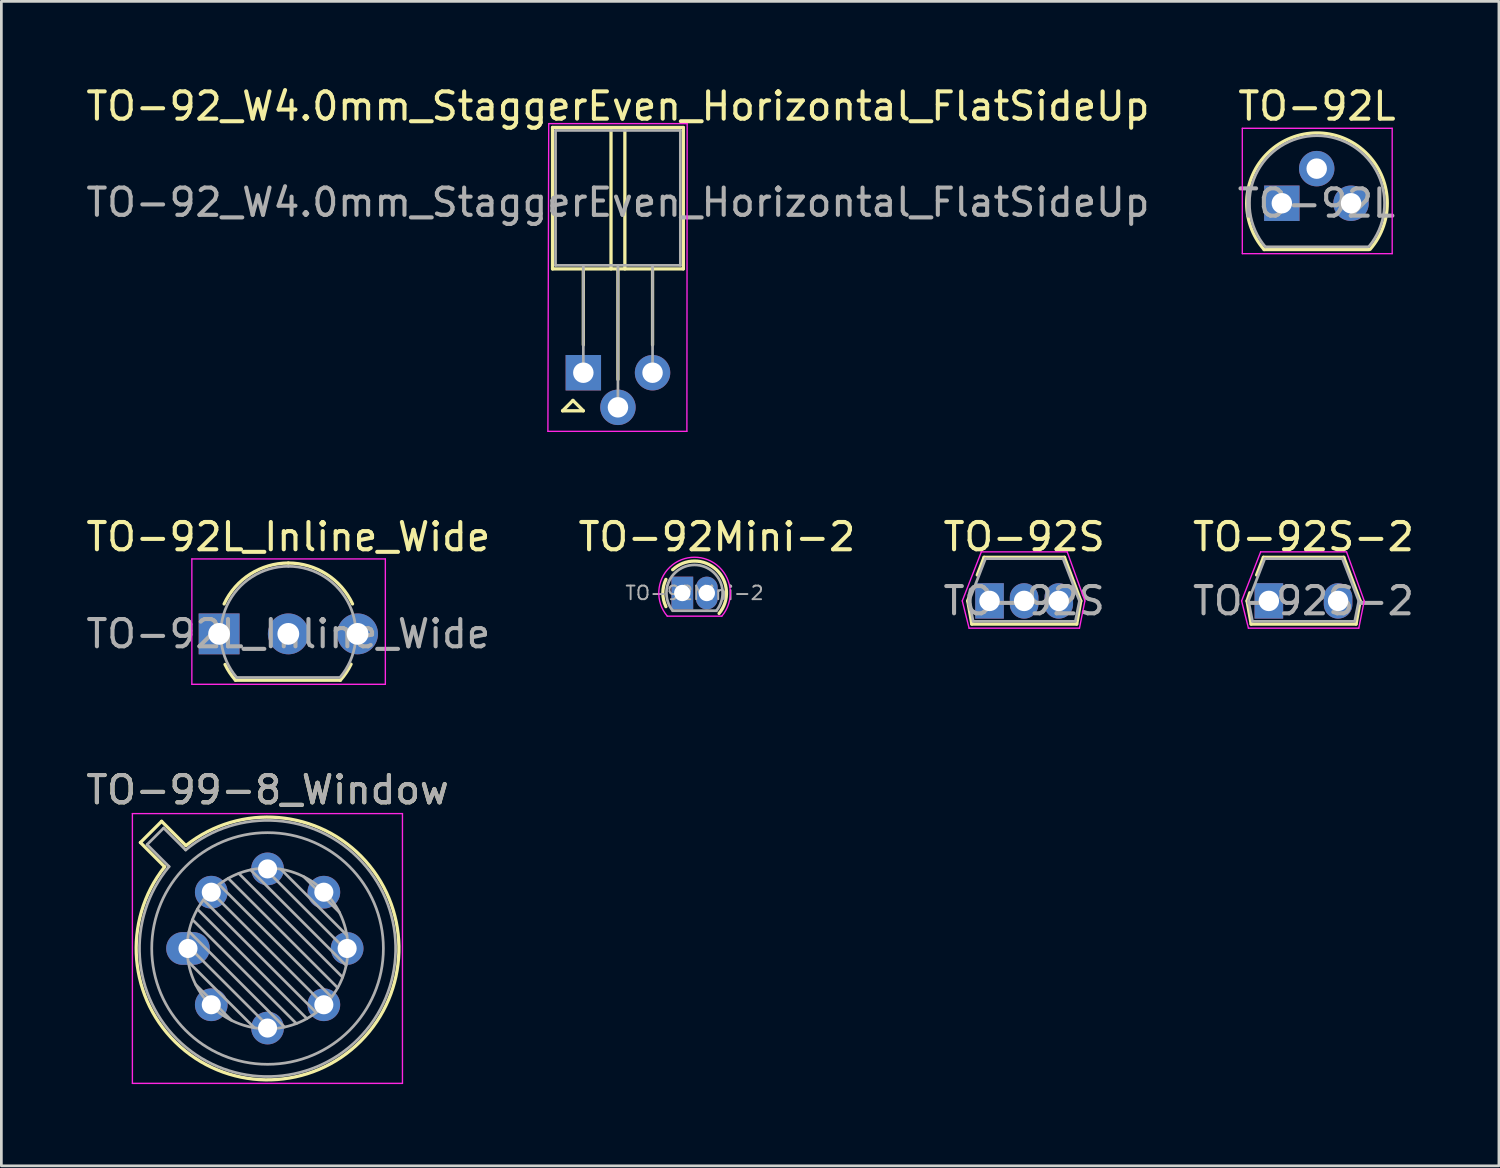
<source format=kicad_pcb>
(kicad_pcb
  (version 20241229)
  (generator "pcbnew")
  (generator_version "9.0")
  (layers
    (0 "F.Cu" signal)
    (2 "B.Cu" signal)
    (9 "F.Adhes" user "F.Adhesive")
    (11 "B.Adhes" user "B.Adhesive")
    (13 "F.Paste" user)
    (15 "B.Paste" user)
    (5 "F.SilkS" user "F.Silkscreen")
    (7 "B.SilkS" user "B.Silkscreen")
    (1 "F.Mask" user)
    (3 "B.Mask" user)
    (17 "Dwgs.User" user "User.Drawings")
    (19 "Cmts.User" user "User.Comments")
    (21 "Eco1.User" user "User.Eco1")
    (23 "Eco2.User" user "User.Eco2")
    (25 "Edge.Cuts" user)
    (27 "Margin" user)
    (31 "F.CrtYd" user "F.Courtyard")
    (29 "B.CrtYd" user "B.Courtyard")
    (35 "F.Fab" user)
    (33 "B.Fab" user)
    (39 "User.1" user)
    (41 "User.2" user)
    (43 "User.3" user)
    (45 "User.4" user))
  (footprint "TO-92L_Inline_Wide"
    (layer "F.Cu")
    (at 4.99 20.21)
    (property "Reference" "TO-92L_Inline_Wide" (at 2.54 -3.56 0) (layer "F.SilkS") (effects (font (size 1 1) (thickness 0.15))))
    (attr through_hole)
    (fp_line (start 0.6 1.7) (end 4.45 1.7) (stroke (width 0.12) (type solid)) (layer "F.SilkS"))
    (fp_arc (start 0.1836 -1.098807) (mid 1.143021 -2.192817) (end 2.54 -2.6) (stroke (width 0.12) (type solid)) (layer "F.SilkS"))
    (fp_arc (start 0.6 1.7) (mid 0.389183 1.423933) (end 0.217369 1.122045) (stroke (width 0.12) (type solid)) (layer "F.SilkS"))
    (fp_arc (start 2.54 -2.6) (mid 3.936979 -2.192818) (end 4.8964 -1.098807) (stroke (width 0.12) (type solid)) (layer "F.SilkS"))
    (fp_arc (start 4.842383 1.112264) (mid 4.666594 1.419753) (end 4.45 1.7) (stroke (width 0.12) (type solid)) (layer "F.SilkS"))
    (fp_line (start -1 -2.75) (end -1 1.85) (stroke (width 0.05) (type solid)) (layer "F.CrtYd"))
    (fp_line (start -1 -2.75) (end 6.1 -2.75) (stroke (width 0.05) (type solid)) (layer "F.CrtYd"))
    (fp_line (start 6.1 1.85) (end -1 1.85) (stroke (width 0.05) (type solid)) (layer "F.CrtYd"))
    (fp_line (start 6.1 1.85) (end 6.1 -2.75) (stroke (width 0.05) (type solid)) (layer "F.CrtYd"))
    (fp_line (start 0.65 1.6) (end 4.4 1.6) (stroke (width 0.1) (type solid)) (layer "F.Fab"))
    (fp_arc (start 0.647182 1.602385) (mid 0.290076 -1.043188) (end 2.54 -2.48) (stroke (width 0.1) (type solid)) (layer "F.Fab"))
    (fp_arc (start 2.54 -2.48) (mid 4.787211 -1.049019) (end 4.441103 1.592547) (stroke (width 0.1) (type solid)) (layer "F.Fab"))
    (fp_text user "${REFERENCE}" (at 2.54 0 0) (layer "F.Fab") (effects (font (size 1 1) (thickness 0.15))))
    (pad "1" thru_hole rect (at 0 0) (size 1.5 1.5) (drill 0.8) (layers "*.Cu" "*.Mask"))
    (pad "2" thru_hole circle (at 2.54 0) (size 1.5 1.5) (drill 0.8) (layers "*.Cu" "*.Mask"))
    (pad "3" thru_hole circle (at 5.08 0) (size 1.5 1.5) (drill 0.8) (layers "*.Cu" "*.Mask")))
  (footprint "TO-92S"
    (layer "F.Cu")
    (at 33.26 19)
    (property "Reference" "TO-92S" (at 1.27 -2.35 0) (layer "F.SilkS") (effects (font (size 1 1) (thickness 0.15))))
    (attr through_hole)
    (fp_line (start -0.8 0) (end -0.65 0.85) (stroke (width 0.12) (type solid)) (layer "F.SilkS"))
    (fp_line (start -0.7 -0.3) (end -0.8 0) (stroke (width 0.12) (type solid)) (layer "F.SilkS"))
    (fp_line (start -0.65 0.85) (end 3.2 0.85) (stroke (width 0.12) (type solid)) (layer "F.SilkS"))
    (fp_line (start -0.2 -1.6) (end -0.45 -0.95) (stroke (width 0.12) (type solid)) (layer "F.SilkS"))
    (fp_line (start 2.75 -1.6) (end -0.2 -1.6) (stroke (width 0.12) (type solid)) (layer "F.SilkS"))
    (fp_line (start 3.2 0.85) (end 3.35 0) (stroke (width 0.12) (type solid)) (layer "F.SilkS"))
    (fp_line (start 3.35 0) (end 2.75 -1.6) (stroke (width 0.12) (type solid)) (layer "F.SilkS"))
    (fp_line (start -1 0) (end -0.75 1) (stroke (width 0.05) (type solid)) (layer "F.CrtYd"))
    (fp_line (start -0.75 1) (end 3.3 1) (stroke (width 0.05) (type solid)) (layer "F.CrtYd"))
    (fp_line (start -0.3 -1.8) (end -1 0) (stroke (width 0.05) (type solid)) (layer "F.CrtYd"))
    (fp_line (start 2.85 -1.8) (end -0.3 -1.8) (stroke (width 0.05) (type solid)) (layer "F.CrtYd"))
    (fp_line (start 3.3 1) (end 3.5 0) (stroke (width 0.05) (type solid)) (layer "F.CrtYd"))
    (fp_line (start 3.5 0) (end 2.85 -1.8) (stroke (width 0.05) (type solid)) (layer "F.CrtYd"))
    (fp_line (start -0.75 0) (end -0.15 -1.55) (stroke (width 0.1) (type solid)) (layer "F.Fab"))
    (fp_line (start -0.6 0.75) (end -0.75 0) (stroke (width 0.1) (type solid)) (layer "F.Fab"))
    (fp_line (start -0.6 0.75) (end 3.15 0.75) (stroke (width 0.1) (type solid)) (layer "F.Fab"))
    (fp_line (start -0.15 -1.55) (end 2.7 -1.55) (stroke (width 0.1) (type solid)) (layer "F.Fab"))
    (fp_line (start 3.15 0.75) (end 3.3 0) (stroke (width 0.1) (type solid)) (layer "F.Fab"))
    (fp_line (start 3.3 0) (end 2.7 -1.55) (stroke (width 0.1) (type solid)) (layer "F.Fab"))
    (fp_text user "${REFERENCE}" (at 1.27 0 0) (layer "F.Fab") (effects (font (size 1 1) (thickness 0.15))))
    (pad "1" thru_hole rect (at 0 0) (size 1.05 1.3) (drill 0.75) (layers "*.Cu" "*.Mask"))
    (pad "2" thru_hole oval (at 1.27 0) (size 1.05 1.3) (drill 0.75) (layers "*.Cu" "*.Mask"))
    (pad "3" thru_hole oval (at 2.54 0) (size 1.05 1.3) (drill 0.75) (layers "*.Cu" "*.Mask")))
  (footprint "TO-92Mini-2"
    (layer "F.Cu")
    (at 21.986 18.71)
    (property "Reference" "TO-92Mini-2" (at 1.27 -2.06 0) (layer "F.SilkS") (effects (font (size 1 1) (thickness 0.15))))
    (attr through_hole)
    (fp_arc (start -0.599971 0.500061) (mid -0.71297 0.000034) (end -0.6 -0.5) (stroke (width 0.12) (type solid)) (layer "F.SilkS"))
    (fp_arc (start -0.352932 -0.853112) (mid 1.253024 -0.853025) (end 1.35 0.75) (stroke (width 0.12) (type solid)) (layer "F.SilkS"))
    (fp_line (start -0.55 0.85) (end 1.45 0.85) (stroke (width 0.05) (type solid)) (layer "F.CrtYd"))
    (fp_arc (start -0.550431 0.849492) (mid 0.450333 -1.31244) (end 1.45 0.85) (stroke (width 0.05) (type solid)) (layer "F.CrtYd"))
    (fp_line (start -0.35 0.65) (end 1.25 0.65) (stroke (width 0.1) (type solid)) (layer "F.Fab"))
    (fp_arc (start -0.349861 0.650171) (mid 0.44989 -1.030776) (end 1.25 0.65) (stroke (width 0.1) (type solid)) (layer "F.Fab"))
    (fp_text user "${REFERENCE}" (at 0.45 0 0) (layer "F.Fab") (effects (font (size 0.5 0.5) (thickness 0.07))))
    (pad "1" thru_hole rect (at 0 0) (size 0.8 1.2) (drill 0.6) (layers "*.Cu" "*.Mask"))
    (pad "2" thru_hole oval (at 0.9 0) (size 0.8 1.2) (drill 0.6) (layers "*.Cu" "*.Mask")))
  (footprint "TO-92S-2"
    (layer "F.Cu")
    (at 43.51 19)
    (property "Reference" "TO-92S-2" (at 1.27 -2.35 0) (layer "F.SilkS") (effects (font (size 1 1) (thickness 0.15))))
    (attr through_hole)
    (fp_line (start -0.8 0) (end -0.65 0.85) (stroke (width 0.12) (type solid)) (layer "F.SilkS"))
    (fp_line (start -0.7 -0.3) (end -0.8 0) (stroke (width 0.12) (type solid)) (layer "F.SilkS"))
    (fp_line (start -0.65 0.85) (end 3.2 0.85) (stroke (width 0.12) (type solid)) (layer "F.SilkS"))
    (fp_line (start -0.2 -1.6) (end -0.45 -0.95) (stroke (width 0.12) (type solid)) (layer "F.SilkS"))
    (fp_line (start 2.75 -1.6) (end -0.2 -1.6) (stroke (width 0.12) (type solid)) (layer "F.SilkS"))
    (fp_line (start 3.2 0.85) (end 3.35 0) (stroke (width 0.12) (type solid)) (layer "F.SilkS"))
    (fp_line (start 3.35 0) (end 2.75 -1.6) (stroke (width 0.12) (type solid)) (layer "F.SilkS"))
    (fp_line (start -1 0) (end -0.75 1) (stroke (width 0.05) (type solid)) (layer "F.CrtYd"))
    (fp_line (start -0.75 1) (end 3.3 1) (stroke (width 0.05) (type solid)) (layer "F.CrtYd"))
    (fp_line (start -0.3 -1.8) (end -1 0) (stroke (width 0.05) (type solid)) (layer "F.CrtYd"))
    (fp_line (start 2.85 -1.8) (end -0.3 -1.8) (stroke (width 0.05) (type solid)) (layer "F.CrtYd"))
    (fp_line (start 3.3 1) (end 3.5 0) (stroke (width 0.05) (type solid)) (layer "F.CrtYd"))
    (fp_line (start 3.5 0) (end 2.85 -1.8) (stroke (width 0.05) (type solid)) (layer "F.CrtYd"))
    (fp_line (start -0.75 0) (end -0.15 -1.55) (stroke (width 0.1) (type solid)) (layer "F.Fab"))
    (fp_line (start -0.6 0.75) (end -0.75 0) (stroke (width 0.1) (type solid)) (layer "F.Fab"))
    (fp_line (start -0.6 0.75) (end 3.15 0.75) (stroke (width 0.1) (type solid)) (layer "F.Fab"))
    (fp_line (start -0.15 -1.55) (end 2.7 -1.55) (stroke (width 0.1) (type solid)) (layer "F.Fab"))
    (fp_line (start 3.15 0.75) (end 3.3 0) (stroke (width 0.1) (type solid)) (layer "F.Fab"))
    (fp_line (start 3.3 0) (end 2.7 -1.55) (stroke (width 0.1) (type solid)) (layer "F.Fab"))
    (fp_text user "${REFERENCE}" (at 1.27 0 0) (layer "F.Fab") (effects (font (size 1 1) (thickness 0.15))))
    (pad "1" thru_hole rect (at 0 0) (size 1.05 1.3) (drill 0.75) (layers "*.Cu" "*.Mask"))
    (pad "2" thru_hole oval (at 2.54 0) (size 1.05 1.3) (drill 0.75) (layers "*.Cu" "*.Mask")))
  (footprint "TO-92_W4.0mm_StaggerEven_Horizontal_FlatSideUp"
    (layer "F.Cu")
    (at 18.355 10.627)
    (property "Reference" "TO-92_W4.0mm_StaggerEven_Horizontal_FlatSideUp" (at 1.27 -9.779 0) (layer "F.SilkS") (effects (font (size 1 1) (thickness 0.15))))
    (attr through_hole)
    (fp_line (start -1.13 -9) (end -1.13 -3.81) (stroke (width 0.12) (type solid)) (layer "F.SilkS"))
    (fp_line (start -1.13 -3.81) (end 3.67 -3.81) (stroke (width 0.12) (type solid)) (layer "F.SilkS"))
    (fp_line (start -0.762 1.397) (end -0.381 1.016) (stroke (width 0.12) (type solid)) (layer "F.SilkS"))
    (fp_line (start -0.381 1.016) (end 0 1.397) (stroke (width 0.12) (type solid)) (layer "F.SilkS"))
    (fp_line (start 0 -1.02) (end 0 -3.81) (stroke (width 0.12) (type solid)) (layer "F.SilkS"))
    (fp_line (start 0 1.397) (end -0.762 1.397) (stroke (width 0.12) (type solid)) (layer "F.SilkS"))
    (fp_line (start 1.016 -3.81) (end 1.016 -8.89) (stroke (width 0.12) (type solid)) (layer "F.SilkS"))
    (fp_line (start 1.27 0.25) (end 1.27 -3.81) (stroke (width 0.12) (type solid)) (layer "F.SilkS"))
    (fp_line (start 1.524 -3.81) (end 1.524 -8.89) (stroke (width 0.12) (type solid)) (layer "F.SilkS"))
    (fp_line (start 2.54 -1.02) (end 2.54 -3.81) (stroke (width 0.12) (type solid)) (layer "F.SilkS"))
    (fp_line (start 3.67 -9) (end -1.13 -9) (stroke (width 0.12) (type solid)) (layer "F.SilkS"))
    (fp_line (start 3.67 -3.81) (end 3.67 -9) (stroke (width 0.12) (type solid)) (layer "F.SilkS"))
    (fp_line (start -1.27 -9.14) (end -1.3 2.15) (stroke (width 0.05) (type solid)) (layer "F.CrtYd"))
    (fp_line (start -1.27 -9.14) (end 3.81 -9.14) (stroke (width 0.05) (type solid)) (layer "F.CrtYd"))
    (fp_line (start 3.8 2.15) (end -1.3 2.15) (stroke (width 0.05) (type solid)) (layer "F.CrtYd"))
    (fp_line (start 3.8 2.15) (end 3.81 -9.14) (stroke (width 0.05) (type solid)) (layer "F.CrtYd"))
    (fp_line (start -1.02 -8.89) (end -1.02 -3.94) (stroke (width 0.1) (type solid)) (layer "F.Fab"))
    (fp_line (start -1.02 -3.94) (end 3.56 -3.94) (stroke (width 0.1) (type solid)) (layer "F.Fab"))
    (fp_line (start 0 -3.94) (end 0 0) (stroke (width 0.1) (type solid)) (layer "F.Fab"))
    (fp_line (start 1.27 -3.94) (end 1.27 1.27) (stroke (width 0.1) (type solid)) (layer "F.Fab"))
    (fp_line (start 2.54 -3.94) (end 2.54 0) (stroke (width 0.1) (type solid)) (layer "F.Fab"))
    (fp_line (start 3.56 -8.89) (end -1.02 -8.89) (stroke (width 0.1) (type solid)) (layer "F.Fab"))
    (fp_line (start 3.56 -3.94) (end 3.56 -8.89) (stroke (width 0.1) (type solid)) (layer "F.Fab"))
    (fp_text user "${REFERENCE}" (at 1.27 -6.25 0) (layer "F.Fab") (effects (font (size 1 1) (thickness 0.15))))
    (pad "1" thru_hole rect (at 0 0 270) (size 1.3 1.3) (drill 0.75) (layers "*.Cu" "*.Mask"))
    (pad "2" thru_hole circle (at 1.27 1.27 270) (size 1.3 1.3) (drill 0.75) (layers "*.Cu" "*.Mask"))
    (pad "3" thru_hole circle (at 2.54 0 270) (size 1.3 1.3) (drill 0.75) (layers "*.Cu" "*.Mask")))
  (footprint "TO-92L"
    (layer "F.Cu")
    (at 43.986 4.408)
    (property "Reference" "TO-92L" (at 1.29 -3.56 0) (layer "F.SilkS") (effects (font (size 1 1) (thickness 0.15))))
    (attr through_hole)
    (fp_line (start -0.65 1.7) (end 3.2 1.7) (stroke (width 0.12) (type solid)) (layer "F.SilkS"))
    (fp_arc (start -0.65 1.7) (mid 1.283448 -2.579449) (end 3.238611 1.690122) (stroke (width 0.12) (type solid)) (layer "F.SilkS"))
    (fp_line (start -1.45 -2.75) (end -1.45 1.85) (stroke (width 0.05) (type solid)) (layer "F.CrtYd"))
    (fp_line (start -1.45 -2.75) (end 4.05 -2.75) (stroke (width 0.05) (type solid)) (layer "F.CrtYd"))
    (fp_line (start 4.05 1.85) (end -1.45 1.85) (stroke (width 0.05) (type solid)) (layer "F.CrtYd"))
    (fp_line (start 4.05 1.85) (end 4.05 -2.75) (stroke (width 0.05) (type solid)) (layer "F.CrtYd"))
    (fp_line (start -0.6 1.6) (end 3.15 1.6) (stroke (width 0.1) (type solid)) (layer "F.Fab"))
    (fp_arc (start -0.602818 1.602385) (mid -0.959924 -1.043188) (end 1.29 -2.48) (stroke (width 0.1) (type solid)) (layer "F.Fab"))
    (fp_arc (start 1.29 -2.48) (mid 3.537211 -1.049019) (end 3.191103 1.592547) (stroke (width 0.1) (type solid)) (layer "F.Fab"))
    (fp_text user "${REFERENCE}" (at 1.27 0 0) (layer "F.Fab") (effects (font (size 1 1) (thickness 0.15))))
    (pad "1" thru_hole rect (at 0 0) (size 1.3 1.3) (drill 0.75) (layers "*.Cu" "*.Mask"))
    (pad "2" thru_hole circle (at 1.28 -1.27) (size 1.3 1.3) (drill 0.75) (layers "*.Cu" "*.Mask"))
    (pad "3" thru_hole circle (at 2.54 0) (size 1.3 1.3) (drill 0.75) (layers "*.Cu" "*.Mask")))
  (footprint "TO-99-8_Window"
    (layer "F.Cu")
    (at 3.848 31.754)
    (property "Reference" "TO-99-8_Window" (at 2.92 -5.82 0) (layer "F.SilkS") (effects (font (size 1 1) (thickness 0.15))))
    (attr through_hole)
    (fp_line (start -1.746 -3.888) (end -0.855 -2.997) (stroke (width 0.12) (type solid)) (layer "F.SilkS"))
    (fp_line (start -0.968 -4.666) (end -1.746 -3.888) (stroke (width 0.12) (type solid)) (layer "F.SilkS"))
    (fp_line (start -0.077 -3.775) (end -0.968 -4.666) (stroke (width 0.12) (type solid)) (layer "F.SilkS"))
    (fp_arc (start -0.077084 -3.774902) (mid 6.328125 3.408384) (end -0.854674 -2.997371) (stroke (width 0.12) (type solid)) (layer "F.SilkS"))
    (fp_line (start -2.04 -4.95) (end -2.04 4.95) (stroke (width 0.05) (type solid)) (layer "F.CrtYd"))
    (fp_line (start -2.04 4.95) (end 7.87 4.95) (stroke (width 0.05) (type solid)) (layer "F.CrtYd"))
    (fp_line (start 7.87 -4.95) (end -2.04 -4.95) (stroke (width 0.05) (type solid)) (layer "F.CrtYd"))
    (fp_line (start 7.87 4.95) (end 7.87 -4.95) (stroke (width 0.05) (type solid)) (layer "F.CrtYd"))
    (fp_line (start -1.5 -3.812) (end -0.694 -3.005) (stroke (width 0.1) (type solid)) (layer "F.Fab"))
    (fp_line (start -0.892 -4.42) (end -1.5 -3.812) (stroke (width 0.1) (type solid)) (layer "F.Fab"))
    (fp_line (start -0.085 -3.614) (end -0.892 -4.42) (stroke (width 0.1) (type solid)) (layer "F.Fab"))
    (fp_line (start -0.028 -0.12) (end 3.04 2.948) (stroke (width 0.1) (type solid)) (layer "F.Fab"))
    (fp_line (start 0.009 0.485) (end 2.435 2.911) (stroke (width 0.1) (type solid)) (layer "F.Fab"))
    (fp_line (start 0.036 -0.622) (end 3.542 2.884) (stroke (width 0.1) (type solid)) (layer "F.Fab"))
    (fp_line (start 0.165 -1.058) (end 3.978 2.755) (stroke (width 0.1) (type solid)) (layer "F.Fab"))
    (fp_line (start 0.283 1.324) (end 1.596 2.637) (stroke (width 0.1) (type solid)) (layer "F.Fab"))
    (fp_line (start 0.346 -1.443) (end 4.363 2.574) (stroke (width 0.1) (type solid)) (layer "F.Fab"))
    (fp_line (start 0.57 -1.784) (end 4.704 2.35) (stroke (width 0.1) (type solid)) (layer "F.Fab"))
    (fp_line (start 0.834 -2.086) (end 5.006 2.086) (stroke (width 0.1) (type solid)) (layer "F.Fab"))
    (fp_line (start 1.136 -2.35) (end 5.27 1.784) (stroke (width 0.1) (type solid)) (layer "F.Fab"))
    (fp_line (start 1.477 -2.574) (end 5.494 1.443) (stroke (width 0.1) (type solid)) (layer "F.Fab"))
    (fp_line (start 1.862 -2.755) (end 5.675 1.058) (stroke (width 0.1) (type solid)) (layer "F.Fab"))
    (fp_line (start 2.298 -2.884) (end 5.804 0.622) (stroke (width 0.1) (type solid)) (layer "F.Fab"))
    (fp_line (start 2.8 -2.948) (end 5.868 0.12) (stroke (width 0.1) (type solid)) (layer "F.Fab"))
    (fp_line (start 3.405 -2.911) (end 5.831 -0.485) (stroke (width 0.1) (type solid)) (layer "F.Fab"))
    (fp_line (start 4.244 -2.637) (end 5.557 -1.324) (stroke (width 0.1) (type solid)) (layer "F.Fab"))
    (fp_arc (start -0.085408 -3.61352) (mid 6.243443 3.323361) (end -0.693594 -3.005319) (stroke (width 0.1) (type solid)) (layer "F.Fab"))
    (fp_circle (center 2.92 0) (end 5.87 0) (stroke (width 0.1) (type solid)) (fill no) (layer "F.Fab"))
    (fp_circle (center 2.92 0) (end 7.17 0) (stroke (width 0.1) (type solid)) (fill no) (layer "F.Fab"))
    (fp_text user "${REFERENCE}" (at 2.92 -5.82 0) (layer "F.Fab") (effects (font (size 1 1) (thickness 0.15))))
    (pad "1" thru_hole oval (at 0 0) (size 1.6 1.2) (drill 0.7) (layers "*.Cu" "*.Mask"))
    (pad "2" thru_hole oval (at 0.855 2.065) (size 1.2 1.2) (drill 0.7) (layers "*.Cu" "*.Mask"))
    (pad "3" thru_hole oval (at 2.92 2.92) (size 1.2 1.2) (drill 0.7) (layers "*.Cu" "*.Mask"))
    (pad "4" thru_hole oval (at 4.985 2.065) (size 1.2 1.2) (drill 0.7) (layers "*.Cu" "*.Mask"))
    (pad "5" thru_hole oval (at 5.84 0) (size 1.2 1.2) (drill 0.7) (layers "*.Cu" "*.Mask"))
    (pad "6" thru_hole oval (at 4.985 -2.065) (size 1.2 1.2) (drill 0.7) (layers "*.Cu" "*.Mask"))
    (pad "7" thru_hole oval (at 2.92 -2.92) (size 1.2 1.2) (drill 0.7) (layers "*.Cu" "*.Mask"))
    (pad "8" thru_hole oval (at 0.855 -2.065) (size 1.2 1.2) (drill 0.7) (layers "*.Cu" "*.Mask")))
  (gr_rect
    (start -3 -3)
    (end 51.952 39.729)
    (stroke (width 0.1) (type default))
    (fill no)
    (layer "Edge.Cuts")))
</source>
